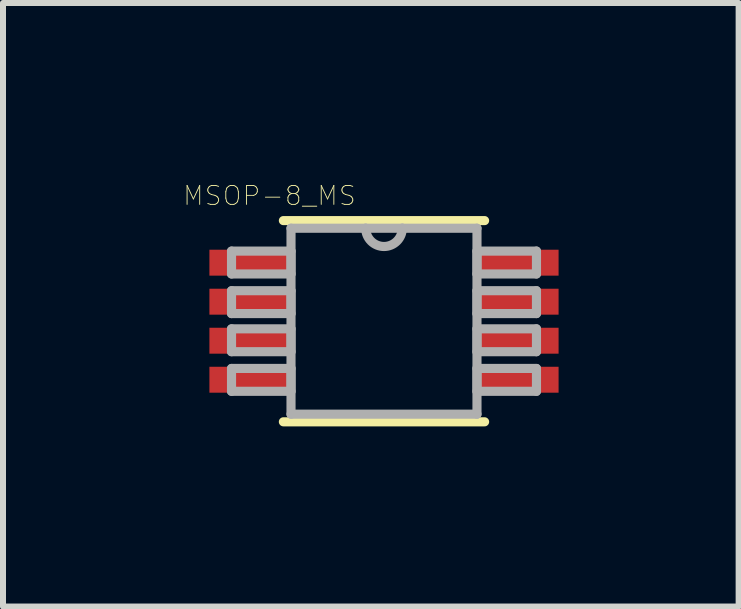
<source format=kicad_pcb>
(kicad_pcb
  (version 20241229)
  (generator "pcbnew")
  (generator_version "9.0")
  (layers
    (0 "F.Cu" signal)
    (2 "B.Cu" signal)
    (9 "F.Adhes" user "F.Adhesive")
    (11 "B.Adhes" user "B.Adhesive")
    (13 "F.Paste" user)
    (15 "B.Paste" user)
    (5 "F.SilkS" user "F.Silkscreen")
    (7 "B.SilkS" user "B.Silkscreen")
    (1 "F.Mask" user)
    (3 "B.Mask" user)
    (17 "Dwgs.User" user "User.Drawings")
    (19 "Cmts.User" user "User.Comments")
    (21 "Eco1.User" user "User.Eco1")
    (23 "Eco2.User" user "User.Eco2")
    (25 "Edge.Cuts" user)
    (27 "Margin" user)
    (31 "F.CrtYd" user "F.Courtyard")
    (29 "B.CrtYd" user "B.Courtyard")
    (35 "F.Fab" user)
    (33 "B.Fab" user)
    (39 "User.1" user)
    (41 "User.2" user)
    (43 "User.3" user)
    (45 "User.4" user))
  (footprint "MSOP-8_MS"
    (layer "F.Cu")
    (at 3.347 2.301)
    (property "Reference" "MSOP-8_MS" (at -1.908 -2.091 0) (layer "F.SilkS") (effects (font (size 0.315 0.315) (thickness 0.015))))
    (attr through_hole)
    (fp_line (start -1.676 1.676) (end 1.676 1.676) (stroke (width 0.152) (type solid)) (layer "F.SilkS"))
    (fp_line (start 1.676 -1.676) (end -1.676 -1.676) (stroke (width 0.152) (type solid)) (layer "F.SilkS"))
    (fp_line (start -2.54 -1.168) (end -2.54 -0.787) (stroke (width 0.152) (type solid)) (layer "F.Fab"))
    (fp_line (start -2.54 -0.787) (end -1.549 -0.787) (stroke (width 0.152) (type solid)) (layer "F.Fab"))
    (fp_line (start -2.54 -0.508) (end -2.54 -0.127) (stroke (width 0.152) (type solid)) (layer "F.Fab"))
    (fp_line (start -2.54 -0.127) (end -1.549 -0.127) (stroke (width 0.152) (type solid)) (layer "F.Fab"))
    (fp_line (start -2.54 0.127) (end -2.54 0.508) (stroke (width 0.152) (type solid)) (layer "F.Fab"))
    (fp_line (start -2.54 0.508) (end -1.549 0.508) (stroke (width 0.152) (type solid)) (layer "F.Fab"))
    (fp_line (start -2.54 0.787) (end -2.54 1.168) (stroke (width 0.152) (type solid)) (layer "F.Fab"))
    (fp_line (start -2.54 1.168) (end -1.549 1.168) (stroke (width 0.152) (type solid)) (layer "F.Fab"))
    (fp_line (start -1.549 -1.549) (end -1.549 1.549) (stroke (width 0.152) (type solid)) (layer "F.Fab"))
    (fp_line (start -1.549 -1.168) (end -2.54 -1.168) (stroke (width 0.152) (type solid)) (layer "F.Fab"))
    (fp_line (start -1.549 -0.787) (end -1.549 -1.168) (stroke (width 0.152) (type solid)) (layer "F.Fab"))
    (fp_line (start -1.549 -0.508) (end -2.54 -0.508) (stroke (width 0.152) (type solid)) (layer "F.Fab"))
    (fp_line (start -1.549 -0.127) (end -1.549 -0.508) (stroke (width 0.152) (type solid)) (layer "F.Fab"))
    (fp_line (start -1.549 0.127) (end -2.54 0.127) (stroke (width 0.152) (type solid)) (layer "F.Fab"))
    (fp_line (start -1.549 0.508) (end -1.549 0.127) (stroke (width 0.152) (type solid)) (layer "F.Fab"))
    (fp_line (start -1.549 0.787) (end -2.54 0.787) (stroke (width 0.152) (type solid)) (layer "F.Fab"))
    (fp_line (start -1.549 1.168) (end -1.549 0.787) (stroke (width 0.152) (type solid)) (layer "F.Fab"))
    (fp_line (start -1.549 1.549) (end 1.549 1.549) (stroke (width 0.152) (type solid)) (layer "F.Fab"))
    (fp_line (start -0.305 -1.549) (end -1.549 -1.549) (stroke (width 0.152) (type solid)) (layer "F.Fab"))
    (fp_line (start 0.305 -1.549) (end -0.305 -1.549) (stroke (width 0.152) (type solid)) (layer "F.Fab"))
    (fp_line (start 1.549 -1.549) (end 0.305 -1.549) (stroke (width 0.152) (type solid)) (layer "F.Fab"))
    (fp_line (start 1.549 -1.168) (end 1.549 -0.787) (stroke (width 0.152) (type solid)) (layer "F.Fab"))
    (fp_line (start 1.549 -0.787) (end 2.54 -0.787) (stroke (width 0.152) (type solid)) (layer "F.Fab"))
    (fp_line (start 1.549 -0.508) (end 1.549 -0.127) (stroke (width 0.152) (type solid)) (layer "F.Fab"))
    (fp_line (start 1.549 -0.127) (end 2.54 -0.127) (stroke (width 0.152) (type solid)) (layer "F.Fab"))
    (fp_line (start 1.549 0.127) (end 1.549 0.508) (stroke (width 0.152) (type solid)) (layer "F.Fab"))
    (fp_line (start 1.549 0.508) (end 2.54 0.508) (stroke (width 0.152) (type solid)) (layer "F.Fab"))
    (fp_line (start 1.549 0.787) (end 1.549 1.168) (stroke (width 0.152) (type solid)) (layer "F.Fab"))
    (fp_line (start 1.549 1.168) (end 2.54 1.168) (stroke (width 0.152) (type solid)) (layer "F.Fab"))
    (fp_line (start 1.549 1.549) (end 1.549 -1.549) (stroke (width 0.152) (type solid)) (layer "F.Fab"))
    (fp_line (start 2.54 -1.168) (end 1.549 -1.168) (stroke (width 0.152) (type solid)) (layer "F.Fab"))
    (fp_line (start 2.54 -0.787) (end 2.54 -1.168) (stroke (width 0.152) (type solid)) (layer "F.Fab"))
    (fp_line (start 2.54 -0.508) (end 1.549 -0.508) (stroke (width 0.152) (type solid)) (layer "F.Fab"))
    (fp_line (start 2.54 -0.127) (end 2.54 -0.508) (stroke (width 0.152) (type solid)) (layer "F.Fab"))
    (fp_line (start 2.54 0.127) (end 1.549 0.127) (stroke (width 0.152) (type solid)) (layer "F.Fab"))
    (fp_line (start 2.54 0.508) (end 2.54 0.127) (stroke (width 0.152) (type solid)) (layer "F.Fab"))
    (fp_line (start 2.54 0.787) (end 1.549 0.787) (stroke (width 0.152) (type solid)) (layer "F.Fab"))
    (fp_line (start 2.54 1.168) (end 2.54 0.787) (stroke (width 0.152) (type solid)) (layer "F.Fab"))
    (fp_arc (start 0.3048 -1.5494) (mid 0 -1.2446) (end -0.3048 -1.5494) (stroke (width 0.1524) (type solid)) (layer "F.Fab"))
    (pad "1" smd rect (at -2.21 -0.975) (size 1.397 0.432) (layers "F.Cu" "F.Mask" "F.Paste"))
    (pad "2" smd rect (at -2.21 -0.325) (size 1.397 0.432) (layers "F.Cu" "F.Mask" "F.Paste"))
    (pad "3" smd rect (at -2.21 0.325) (size 1.397 0.432) (layers "F.Cu" "F.Mask" "F.Paste"))
    (pad "4" smd rect (at -2.21 0.975) (size 1.397 0.432) (layers "F.Cu" "F.Mask" "F.Paste"))
    (pad "5" smd rect (at 2.21 0.975) (size 1.397 0.432) (layers "F.Cu" "F.Mask" "F.Paste"))
    (pad "6" smd rect (at 2.21 0.325) (size 1.397 0.432) (layers "F.Cu" "F.Mask" "F.Paste"))
    (pad "7" smd rect (at 2.21 -0.325) (size 1.397 0.432) (layers "F.Cu" "F.Mask" "F.Paste"))
    (pad "8" smd rect (at 2.21 -0.975) (size 1.397 0.432) (layers "F.Cu" "F.Mask" "F.Paste")))
  (gr_rect
    (start -3 -3)
    (end 9.255 7.054)
    (stroke (width 0.1) (type default))
    (fill no)
    (layer "Edge.Cuts")))
</source>
